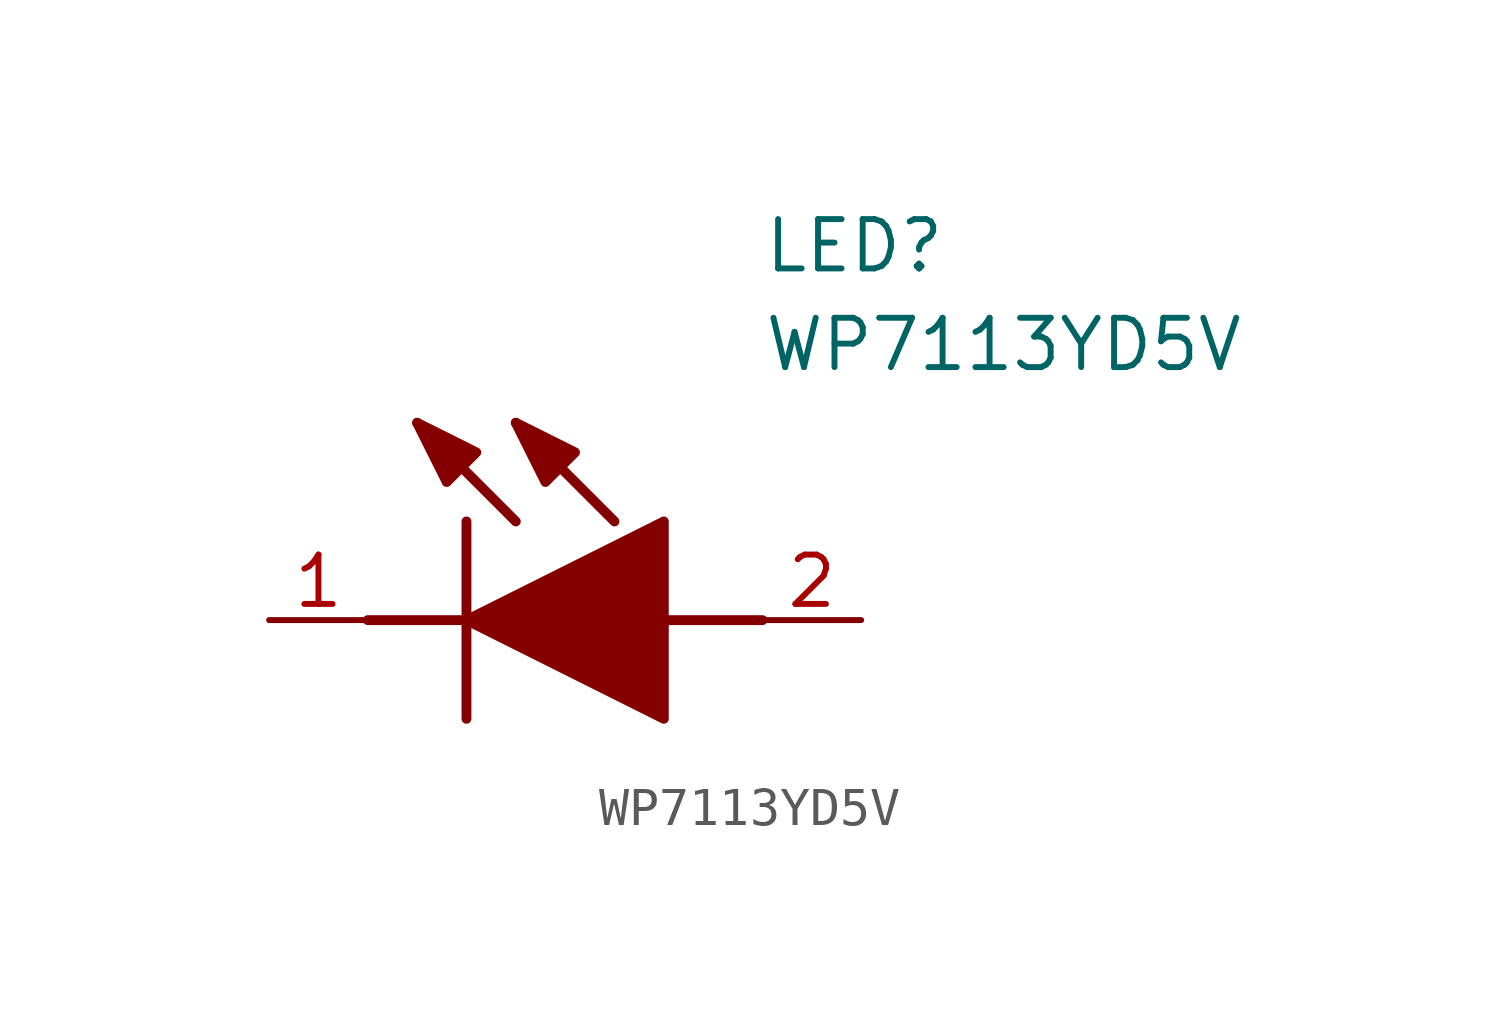
<source format=kicad_sym>
(kicad_symbol_lib
  (version 20211014)
  (generator SamacSys_ECAD_Model)
  (symbol "WP7113YD5V"
    (pin_names hide)
    (property "Reference" "LED"
      (at 12.7 8.89 0)
      (effects (font (size 1.27 1.27)) (justify left bottom)))
    (property "Value" "WP7113YD5V"
      (at 12.7 6.35 0)
      (effects (font (size 1.27 1.27)) (justify left bottom)))
    (polyline
      (pts (xy 5.08 2.54) (xy 5.08 -2.54))
      (stroke (width 0.254) (type default))
      (fill (type none)))
    (polyline
      (pts (xy 6.35 2.54) (xy 3.81 5.08))
      (stroke (width 0.254) (type default))
      (fill (type none)))
    (polyline
      (pts (xy 8.89 2.54) (xy 6.35 5.08))
      (stroke (width 0.254) (type default))
      (fill (type none)))
    (polyline
      (pts (xy 2.54 0) (xy 5.08 0))
      (stroke (width 0.254) (type default))
      (fill (type none)))
    (polyline
      (pts (xy 10.16 0) (xy 12.7 0))
      (stroke (width 0.254) (type default))
      (fill (type none)))
    (polyline
      (pts (xy 5.08 0) (xy 10.16 2.54) (xy 10.16 -2.54) (xy 5.08 0))
      (stroke (width 0.254) (type default))
      (fill (type outline)))
    (polyline
      (pts (xy 5.334 4.318) (xy 4.572 3.556) (xy 3.81 5.08) (xy 5.334 4.318))
      (stroke (width 0.254) (type default))
      (fill (type outline)))
    (polyline
      (pts (xy 7.874 4.318) (xy 7.112 3.556) (xy 6.35 5.08) (xy 7.874 4.318))
      (stroke (width 0.254) (type default))
      (fill (type outline)))
    (pin passive line
      (at 0 0 0)
      (length 2.54)
      (name "K" (effects (font (size 1.27 1.27))))
      (number "1" (effects (font (size 1.27 1.27)))))
    (pin passive line
      (at 15.24 0 180)
      (length 2.54)
      (name "A" (effects (font (size 1.27 1.27))))
      (number "2" (effects (font (size 1.27 1.27)))))))
</source>
